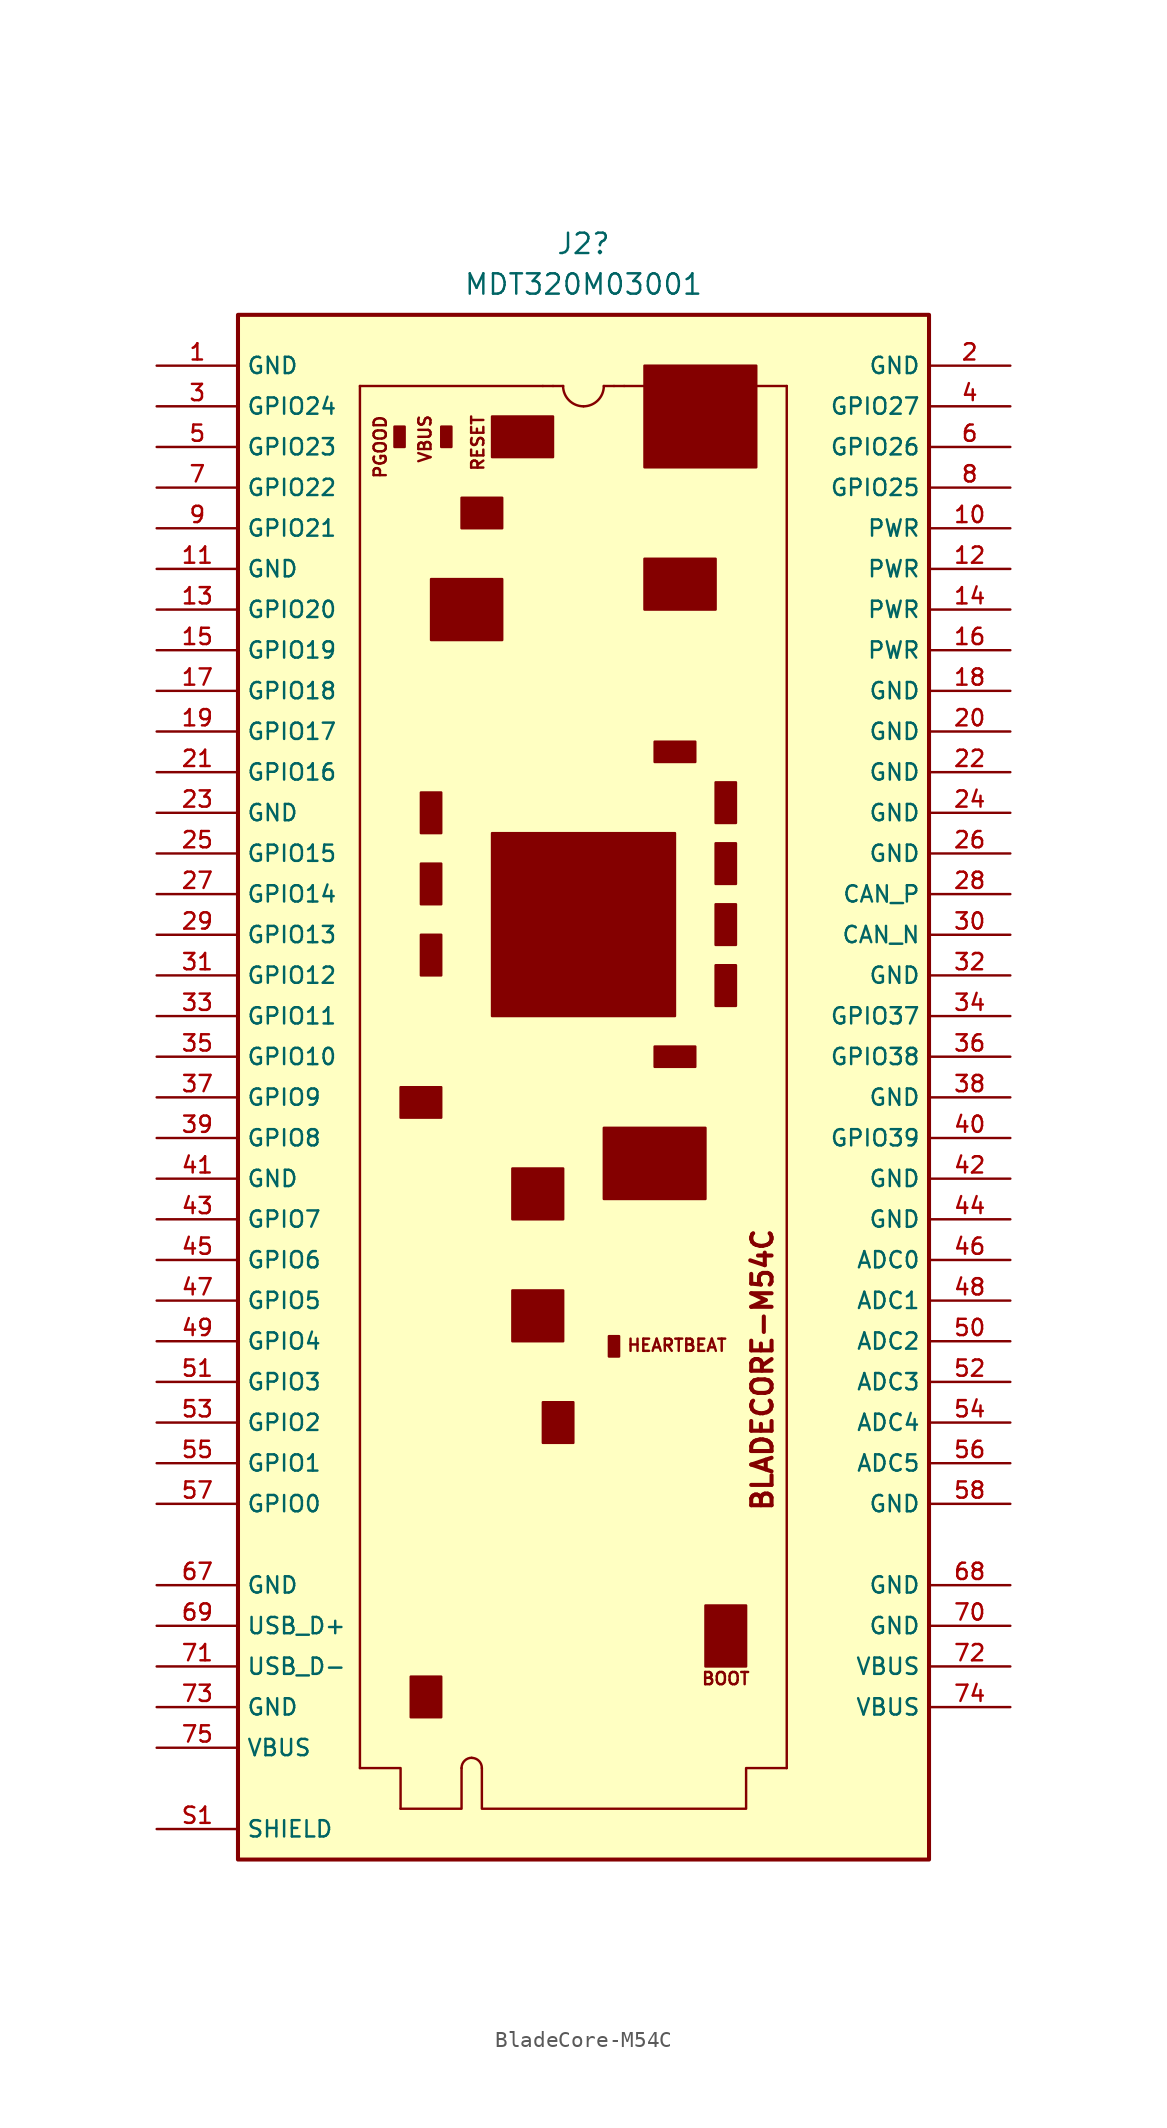
<source format=kicad_sym>
(kicad_symbol_lib
  (version 20241209)
  (generator "kicad_symbol_editor")
  (generator_version "9.0")
  (symbol "BladeCore-M54C"
    (property "Reference" "J2"
      (at 0 53.34 0)
      (effects (font (size 1.27 1.27))))
    (property "Value" "MDT320M03001"
      (at 0 50.8 0)
      (effects (font (size 1.27 1.27))))
    (symbol "BladeCore-M54C_0_0"
      (rectangle (start -21.59 48.895) (end 21.59 -47.625) (stroke (width 0.254) (type default)) (fill (type background)))
      (pin power_in line (at -26.67 45.72 0) (length 5.08) (name "GND" (effects (font (size 1.016 1.016)))) (number "1" (effects (font (size 1.016 1.016)))))
      (pin power_in line (at -26.67 33.02 0) (length 5.08) (name "GND" (effects (font (size 1.016 1.016)))) (number "11" (effects (font (size 1.016 1.016)))))
      (pin power_in line (at -26.67 17.78 0) (length 5.08) (name "GND" (effects (font (size 1.016 1.016)))) (number "23" (effects (font (size 1.016 1.016)))))
      (pin power_in line (at -26.67 -5.08 0) (length 5.08) (name "GND" (effects (font (size 1.016 1.016)))) (number "41" (effects (font (size 1.016 1.016)))))
      (pin power_in line (at -26.67 -30.48 0) (length 5.08) (name "GND" (effects (font (size 1.016 1.016)))) (number "67" (effects (font (size 1.016 1.016)))))
      (pin power_in line (at -26.67 -38.1 0) (length 5.08) (name "GND" (effects (font (size 1.016 1.016)))) (number "73" (effects (font (size 1.016 1.016)))))
      (pin power_in line (at -26.67 -40.64 0) (length 5.08) (name "VBUS" (effects (font (size 1.016 1.016)))) (number "75" (effects (font (size 1.016 1.016)))))
      (pin power_in line (at -26.67 -45.72 0) (length 5.08) (name "SHIELD" (effects (font (size 1.016 1.016)))) (number "S1" (effects (font (size 1.016 1.016)))))
      (pin passive line (at -26.67 -45.72 0) (length 5.08) (hide yes) (name "SHIELD" (effects (font (size 1.016 1.016)))) (number "S2" (effects (font (size 1.016 1.016)))))
      (pin power_in line (at 26.67 45.72 180) (length 5.08) (name "GND" (effects (font (size 1.016 1.016)))) (number "2" (effects (font (size 1.016 1.016)))))
      (pin power_in line (at 26.67 35.56 180) (length 5.08) (name "PWR" (effects (font (size 1.016 1.016)))) (number "10" (effects (font (size 1.016 1.016)))))
      (pin power_in line (at 26.67 33.02 180) (length 5.08) (name "PWR" (effects (font (size 1.016 1.016)))) (number "12" (effects (font (size 1.016 1.016)))))
      (pin power_in line (at 26.67 30.48 180) (length 5.08) (name "PWR" (effects (font (size 1.016 1.016)))) (number "14" (effects (font (size 1.016 1.016)))))
      (pin power_in line (at 26.67 27.94 180) (length 5.08) (name "PWR" (effects (font (size 1.016 1.016)))) (number "16" (effects (font (size 1.016 1.016)))))
      (pin power_in line (at 26.67 20.32 180) (length 5.08) (name "GND" (effects (font (size 1.016 1.016)))) (number "22" (effects (font (size 1.016 1.016)))))
      (pin power_in line (at 26.67 15.24 180) (length 5.08) (name "GND" (effects (font (size 1.016 1.016)))) (number "26" (effects (font (size 1.016 1.016)))))
      (pin power_in line (at 26.67 7.62 180) (length 5.08) (name "GND" (effects (font (size 1.016 1.016)))) (number "32" (effects (font (size 1.016 1.016)))))
      (pin power_in line (at 26.67 0 180) (length 5.08) (name "GND" (effects (font (size 1.016 1.016)))) (number "38" (effects (font (size 1.016 1.016)))))
      (pin power_in line (at 26.67 -5.08 180) (length 5.08) (name "GND" (effects (font (size 1.016 1.016)))) (number "42" (effects (font (size 1.016 1.016)))))
      (pin power_in line (at 26.67 -7.62 180) (length 5.08) (name "GND" (effects (font (size 1.016 1.016)))) (number "44" (effects (font (size 1.016 1.016)))))
      (pin power_in line (at 26.67 -25.4 180) (length 5.08) (name "GND" (effects (font (size 1.016 1.016)))) (number "58" (effects (font (size 1.016 1.016)))))
      (pin power_in line (at 26.67 -30.48 180) (length 5.08) (name "GND" (effects (font (size 1.016 1.016)))) (number "68" (effects (font (size 1.016 1.016)))))
      (pin power_in line (at 26.67 -33.02 180) (length 5.08) (name "GND" (effects (font (size 1.016 1.016)))) (number "70" (effects (font (size 1.016 1.016)))))
      (pin power_in line (at 26.67 -35.56 180) (length 5.08) (name "VBUS" (effects (font (size 1.016 1.016)))) (number "72" (effects (font (size 1.016 1.016)))))
      (pin power_in line (at 26.67 -38.1 180) (length 5.08) (name "VBUS" (effects (font (size 1.016 1.016)))) (number "74" (effects (font (size 1.016 1.016))))))
    (symbol "BladeCore-M54C_0_1"
      (polyline (pts (xy -13.97 44.45) (xy -2.54 44.45)) (stroke (width 0) (type default)) (fill (type none)))
      (polyline (pts (xy -13.97 -41.91) (xy -13.97 44.45)) (stroke (width 0) (type default)) (fill (type none)))
      (rectangle (start -11.811 41.91) (end -11.176 40.64) (stroke (width 0) (type default)) (fill (type outline)))
      (rectangle (start -11.43 -1.27) (end -8.89 0.635) (stroke (width 0) (type default)) (fill (type outline)))
      (polyline (pts (xy -11.43 -44.45) (xy -11.43 -41.91) (xy -13.97 -41.91)) (stroke (width 0) (type default)) (fill (type none)))
      (polyline (pts (xy -11.43 -44.45) (xy -7.62 -44.45) (xy -7.62 -41.91)) (stroke (width 0) (type default)) (fill (type none)))
      (rectangle (start -10.795 -36.195) (end -8.89 -38.735) (stroke (width 0) (type default)) (fill (type outline)))
      (rectangle (start -10.16 19.05) (end -8.89 16.51) (stroke (width 0) (type default)) (fill (type outline)))
      (rectangle (start -10.16 14.605) (end -8.89 12.065) (stroke (width 0) (type default)) (fill (type outline)))
      (rectangle (start -10.16 10.16) (end -8.89 7.62) (stroke (width 0) (type default)) (fill (type outline)))
      (rectangle (start -9.525 32.385) (end -5.08 28.575) (stroke (width 0) (type default)) (fill (type outline)))
      (rectangle (start -8.89 41.91) (end -8.255 40.64) (stroke (width 0) (type default)) (fill (type outline)))
      (rectangle (start -7.62 37.465) (end -5.08 35.56) (stroke (width 0) (type default)) (fill (type outline)))
      (arc (start -7.62 -41.91) (mid -7.434 -41.461) (end -6.985 -41.275) (stroke (width 0) (type default)) (fill (type none)))
      (arc (start -6.985 -41.275) (mid -6.536 -41.461) (end -6.35 -41.91) (stroke (width 0) (type default)) (fill (type none)))
      (polyline (pts (xy -6.35 -41.91) (xy -6.35 -44.45) (xy 8.89 -44.45) (xy 10.16 -44.45) (xy 10.16 -41.91) (xy 12.7 -41.91)) (stroke (width 0) (type default)) (fill (type none)))
      (rectangle (start -5.715 42.545) (end -1.905 40.005) (stroke (width 0) (type default)) (fill (type outline)))
      (rectangle (start -5.715 16.51) (end 5.715 5.08) (stroke (width 0) (type default)) (fill (type outline)))
      (rectangle (start -4.445 -4.445) (end -1.27 -7.62) (stroke (width 0) (type default)) (fill (type outline)))
      (rectangle (start -4.445 -12.065) (end -1.27 -15.24) (stroke (width 0) (type default)) (fill (type outline)))
      (polyline (pts (xy -2.54 44.45) (xy -1.905 44.45)) (stroke (width 0) (type default)) (fill (type none)))
      (rectangle (start -2.54 -19.05) (end -0.635 -21.59) (stroke (width 0) (type default)) (fill (type outline)))
      (polyline (pts (xy -1.905 44.45) (xy -1.27 44.45)) (stroke (width 0) (type default)) (fill (type none)))
      (arc (start 1.27 44.45) (mid 0.898 43.552) (end 0 43.18) (stroke (width 0) (type default)) (fill (type none)))
      (arc (start 0 43.18) (mid -0.898 43.552) (end -1.27 44.45) (stroke (width 0) (type default)) (fill (type none)))
      (polyline (pts (xy 1.27 44.45) (xy 1.905 44.45)) (stroke (width 0) (type default)) (fill (type none)))
      (rectangle (start 1.27 -1.905) (end 7.62 -6.35) (stroke (width 0) (type default)) (fill (type outline)))
      (rectangle (start 1.587 -16.192) (end 2.223 -14.922) (stroke (width 0) (type default)) (fill (type outline)))
      (polyline (pts (xy 2.54 44.45) (xy 1.905 44.45)) (stroke (width 0) (type default)) (fill (type none)))
      (polyline (pts (xy 2.54 44.45) (xy 12.7 44.45)) (stroke (width 0) (type default)) (fill (type none)))
      (rectangle (start 3.81 45.72) (end 10.795 39.37) (stroke (width 0) (type default)) (fill (type outline)))
      (rectangle (start 3.81 33.655) (end 8.255 30.48) (stroke (width 0) (type default)) (fill (type outline)))
      (rectangle (start 4.445 20.955) (end 6.985 22.225) (stroke (width 0) (type default)) (fill (type outline)))
      (rectangle (start 4.445 1.905) (end 6.985 3.175) (stroke (width 0) (type default)) (fill (type outline)))
      (rectangle (start 7.62 -31.75) (end 10.16 -35.56) (stroke (width 0) (type default)) (fill (type outline)))
      (rectangle (start 8.255 19.685) (end 9.525 17.145) (stroke (width 0) (type default)) (fill (type outline)))
      (rectangle (start 8.255 15.875) (end 9.525 13.335) (stroke (width 0) (type default)) (fill (type outline)))
      (rectangle (start 8.255 12.065) (end 9.525 9.525) (stroke (width 0) (type default)) (fill (type outline)))
      (rectangle (start 8.255 8.255) (end 9.525 5.715) (stroke (width 0) (type default)) (fill (type outline)))
      (polyline (pts (xy 12.7 44.45) (xy 12.7 -41.91)) (stroke (width 0) (type default)) (fill (type none))))
    (symbol "BladeCore-M54C_1_0"
      (pin bidirectional line (at -26.67 43.18 0) (length 5.08) (name "GPIO24" (effects (font (size 1.016 1.016)))) (number "3" (effects (font (size 1.016 1.016)))))
      (pin bidirectional line (at -26.67 40.64 0) (length 5.08) (name "GPIO23" (effects (font (size 1.016 1.016)))) (number "5" (effects (font (size 1.016 1.016)))))
      (pin bidirectional line (at -26.67 38.1 0) (length 5.08) (name "GPIO22" (effects (font (size 1.016 1.016)))) (number "7" (effects (font (size 1.016 1.016)))))
      (pin bidirectional line (at -26.67 35.56 0) (length 5.08) (name "GPIO21" (effects (font (size 1.016 1.016)))) (number "9" (effects (font (size 1.016 1.016)))))
      (pin bidirectional line (at -26.67 30.48 0) (length 5.08) (name "GPIO20" (effects (font (size 1.016 1.016)))) (number "13" (effects (font (size 1.016 1.016)))))
      (pin bidirectional line (at -26.67 27.94 0) (length 5.08) (name "GPIO19" (effects (font (size 1.016 1.016)))) (number "15" (effects (font (size 1.016 1.016)))))
      (pin bidirectional line (at -26.67 25.4 0) (length 5.08) (name "GPIO18" (effects (font (size 1.016 1.016)))) (number "17" (effects (font (size 1.016 1.016)))))
      (pin bidirectional line (at -26.67 22.86 0) (length 5.08) (name "GPIO17" (effects (font (size 1.016 1.016)))) (number "19" (effects (font (size 1.016 1.016)))))
      (pin bidirectional line (at -26.67 20.32 0) (length 5.08) (name "GPIO16" (effects (font (size 1.016 1.016)))) (number "21" (effects (font (size 1.016 1.016)))))
      (pin bidirectional line (at -26.67 15.24 0) (length 5.08) (name "GPIO15" (effects (font (size 1.016 1.016)))) (number "25" (effects (font (size 1.016 1.016)))))
      (pin bidirectional line (at -26.67 12.7 0) (length 5.08) (name "GPIO14" (effects (font (size 1.016 1.016)))) (number "27" (effects (font (size 1.016 1.016)))))
      (pin bidirectional line (at -26.67 10.16 0) (length 5.08) (name "GPIO13" (effects (font (size 1.016 1.016)))) (number "29" (effects (font (size 1.016 1.016)))))
      (pin bidirectional line (at -26.67 7.62 0) (length 5.08) (name "GPIO12" (effects (font (size 1.016 1.016)))) (number "31" (effects (font (size 1.016 1.016)))))
      (pin bidirectional line (at -26.67 5.08 0) (length 5.08) (name "GPIO11" (effects (font (size 1.016 1.016)))) (number "33" (effects (font (size 1.016 1.016)))))
      (pin bidirectional line (at -26.67 2.54 0) (length 5.08) (name "GPIO10" (effects (font (size 1.016 1.016)))) (number "35" (effects (font (size 1.016 1.016)))))
      (pin bidirectional line (at -26.67 0 0) (length 5.08) (name "GPIO9" (effects (font (size 1.016 1.016)))) (number "37" (effects (font (size 1.016 1.016)))))
      (pin bidirectional line (at -26.67 -2.54 0) (length 5.08) (name "GPIO8" (effects (font (size 1.016 1.016)))) (number "39" (effects (font (size 1.016 1.016)))))
      (pin bidirectional line (at -26.67 -7.62 0) (length 5.08) (name "GPIO7" (effects (font (size 1.016 1.016)))) (number "43" (effects (font (size 1.016 1.016)))))
      (pin bidirectional line (at -26.67 -10.16 0) (length 5.08) (name "GPIO6" (effects (font (size 1.016 1.016)))) (number "45" (effects (font (size 1.016 1.016)))))
      (pin bidirectional line (at -26.67 -12.7 0) (length 5.08) (name "GPIO5" (effects (font (size 1.016 1.016)))) (number "47" (effects (font (size 1.016 1.016)))))
      (pin bidirectional line (at -26.67 -15.24 0) (length 5.08) (name "GPIO4" (effects (font (size 1.016 1.016)))) (number "49" (effects (font (size 1.016 1.016)))))
      (pin bidirectional line (at -26.67 -17.78 0) (length 5.08) (name "GPIO3" (effects (font (size 1.016 1.016)))) (number "51" (effects (font (size 1.016 1.016)))))
      (pin bidirectional line (at -26.67 -20.32 0) (length 5.08) (name "GPIO2" (effects (font (size 1.016 1.016)))) (number "53" (effects (font (size 1.016 1.016)))))
      (pin bidirectional line (at -26.67 -22.86 0) (length 5.08) (name "GPIO1" (effects (font (size 1.016 1.016)))) (number "55" (effects (font (size 1.016 1.016)))))
      (pin bidirectional line (at -26.67 -25.4 0) (length 5.08) (name "GPIO0" (effects (font (size 1.016 1.016)))) (number "57" (effects (font (size 1.016 1.016)))))
      (pin bidirectional line (at -26.67 -33.02 0) (length 5.08) (name "USB_D+" (effects (font (size 1.016 1.016)))) (number "69" (effects (font (size 1.016 1.016)))))
      (pin bidirectional line (at -26.67 -35.56 0) (length 5.08) (name "USB_D-" (effects (font (size 1.016 1.016)))) (number "71" (effects (font (size 1.016 1.016)))))
      (pin bidirectional line (at 26.67 43.18 180) (length 5.08) (name "GPIO27" (effects (font (size 1.016 1.016)))) (number "4" (effects (font (size 1.016 1.016)))))
      (pin bidirectional line (at 26.67 40.64 180) (length 5.08) (name "GPIO26" (effects (font (size 1.016 1.016)))) (number "6" (effects (font (size 1.016 1.016)))))
      (pin bidirectional line (at 26.67 38.1 180) (length 5.08) (name "GPIO25" (effects (font (size 1.016 1.016)))) (number "8" (effects (font (size 1.016 1.016)))))
      (pin power_in line (at 26.67 25.4 180) (length 5.08) (name "GND" (effects (font (size 1.016 1.016)))) (number "18" (effects (font (size 1.016 1.016)))))
      (pin power_in line (at 26.67 22.86 180) (length 5.08) (name "GND" (effects (font (size 1.016 1.016)))) (number "20" (effects (font (size 1.016 1.016)))))
      (pin power_in line (at 26.67 17.78 180) (length 5.08) (name "GND" (effects (font (size 1.016 1.016)))) (number "24" (effects (font (size 1.016 1.016)))))
      (pin input line (at 26.67 12.7 180) (length 5.08) (name "CAN_P" (effects (font (size 1.016 1.016)))) (number "28" (effects (font (size 1.016 1.016)))))
      (pin input line (at 26.67 10.16 180) (length 5.08) (name "CAN_N" (effects (font (size 1.016 1.016)))) (number "30" (effects (font (size 1.016 1.016)))))
      (pin bidirectional line (at 26.67 5.08 180) (length 5.08) (name "GPIO37" (effects (font (size 1.016 1.016)))) (number "34" (effects (font (size 1.016 1.016)))))
      (pin bidirectional line (at 26.67 2.54 180) (length 5.08) (name "GPIO38" (effects (font (size 1.016 1.016)))) (number "36" (effects (font (size 1.016 1.016)))))
      (pin passive line (at 26.67 -2.54 180) (length 5.08) (name "GPIO39" (effects (font (size 1.016 1.016)))) (number "40" (effects (font (size 1.016 1.016)))))
      (pin input line (at 26.67 -10.16 180) (length 5.08) (name "ADC0" (effects (font (size 1.016 1.016)))) (number "46" (effects (font (size 1.016 1.016)))))
      (pin input line (at 26.67 -12.7 180) (length 5.08) (name "ADC1" (effects (font (size 1.016 1.016)))) (number "48" (effects (font (size 1.016 1.016)))))
      (pin input line (at 26.67 -15.24 180) (length 5.08) (name "ADC2" (effects (font (size 1.016 1.016)))) (number "50" (effects (font (size 1.016 1.016)))))
      (pin input line (at 26.67 -17.78 180) (length 5.08) (name "ADC3" (effects (font (size 1.016 1.016)))) (number "52" (effects (font (size 1.016 1.016)))))
      (pin input line (at 26.67 -20.32 180) (length 5.08) (name "ADC4" (effects (font (size 1.016 1.016)))) (number "54" (effects (font (size 1.016 1.016)))))
      (pin input line (at 26.67 -22.86 180) (length 5.08) (name "ADC5" (effects (font (size 1.016 1.016)))) (number "56" (effects (font (size 1.016 1.016))))))
    (symbol "BladeCore-M54C_1_1"
      (text "PGOOD" (at -12.7 40.64 900) (effects (font (size 0.762 0.762))))
      (text "VBUS" (at -9.906 41.148 900) (effects (font (size 0.762 0.762))))
      (text "RESET" (at -6.604 40.894 900) (effects (font (size 0.762 0.762))))
      (text "HEARTBEAT" (at 5.842 -15.494 0) (effects (font (size 0.762 0.762))))
      (text "BOOT" (at 8.89 -36.322 0) (effects (font (size 0.762 0.762))))
      (text "BLADECORE-M54C" (at 11.176 -17.018 900) (effects (font (size 1.27 1.27) (thickness 0.254) (bold yes)))))))
</source>
